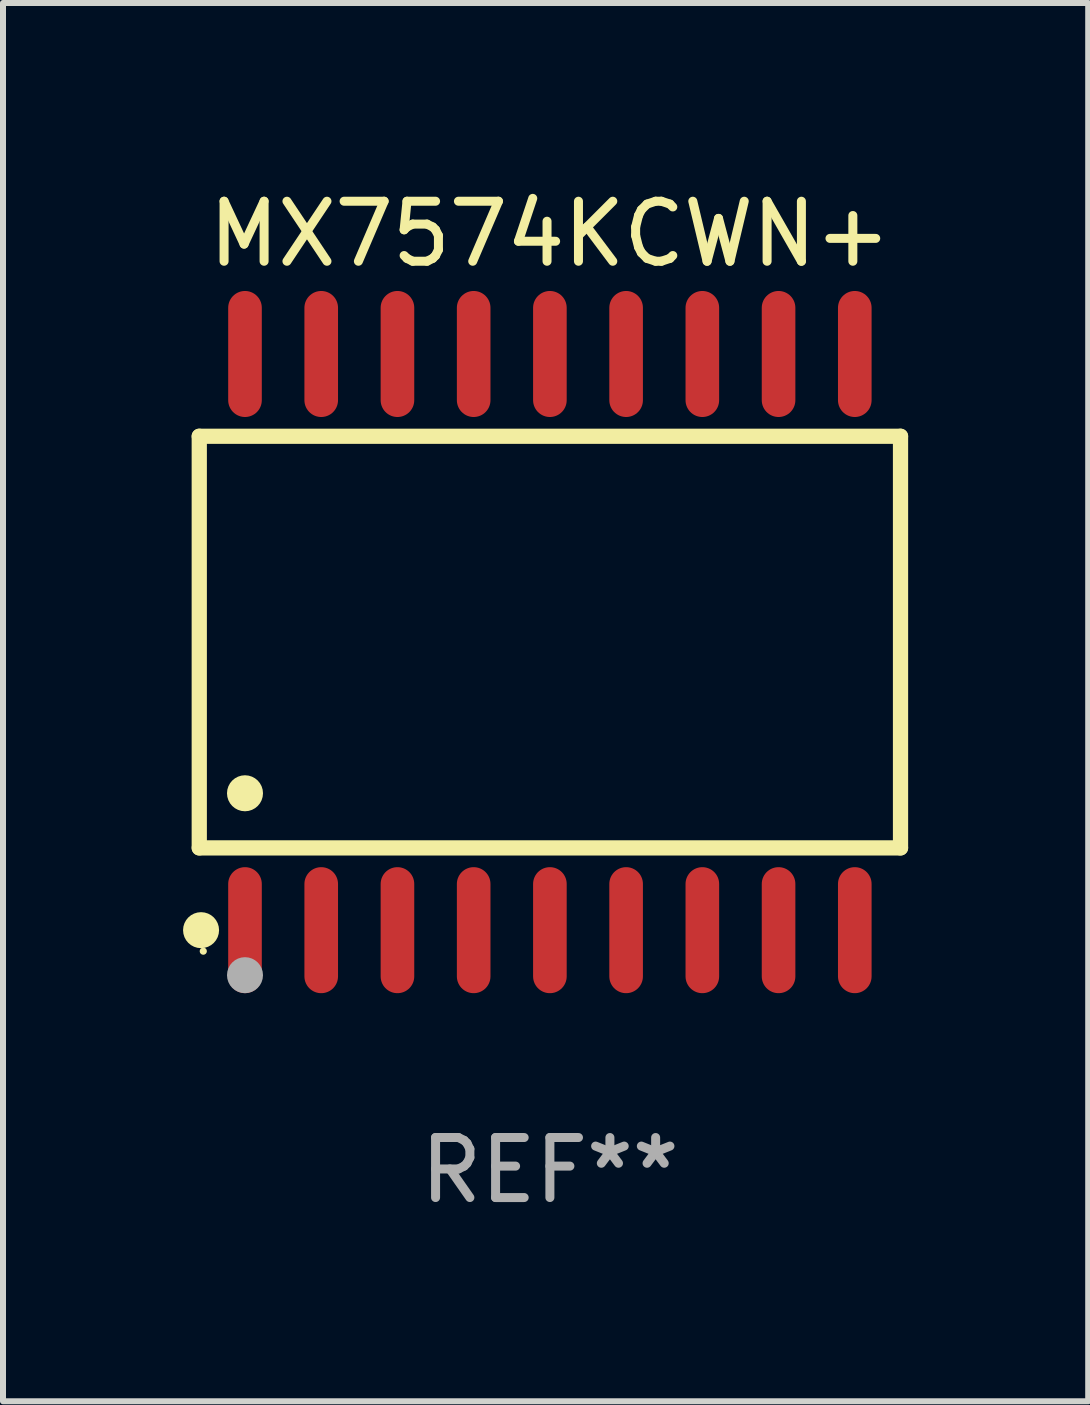
<source format=kicad_pcb>
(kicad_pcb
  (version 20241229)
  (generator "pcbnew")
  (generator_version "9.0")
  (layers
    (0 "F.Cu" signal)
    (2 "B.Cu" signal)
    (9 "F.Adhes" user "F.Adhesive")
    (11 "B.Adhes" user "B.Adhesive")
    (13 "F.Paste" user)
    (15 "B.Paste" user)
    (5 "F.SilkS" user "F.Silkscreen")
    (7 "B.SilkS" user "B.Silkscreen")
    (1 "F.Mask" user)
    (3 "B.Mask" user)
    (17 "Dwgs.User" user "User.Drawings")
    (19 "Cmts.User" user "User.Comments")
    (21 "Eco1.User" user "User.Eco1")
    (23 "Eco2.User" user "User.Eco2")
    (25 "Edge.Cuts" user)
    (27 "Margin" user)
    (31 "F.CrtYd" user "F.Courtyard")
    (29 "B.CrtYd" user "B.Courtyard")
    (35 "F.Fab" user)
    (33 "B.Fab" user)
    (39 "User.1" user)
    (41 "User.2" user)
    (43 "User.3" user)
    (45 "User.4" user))
  (footprint "MX7574KCWN+"
    (layer "F.Cu")
    (at 6.112 7.648)
    (property "Reference" "MX7574KCWN+" (at 0 -6.8 0) (layer "F.SilkS") (effects (font (size 1 1) (thickness 0.15))))
    (attr through_hole)
    (fp_line (start -5.842 -3.429) (end -5.842 3.429) (stroke (width 0.254) (type solid)) (layer "F.SilkS"))
    (fp_line (start -5.842 3.429) (end 5.842 3.429) (stroke (width 0.254) (type solid)) (layer "F.SilkS"))
    (fp_line (start 5.842 -3.429) (end -5.842 -3.429) (stroke (width 0.254) (type solid)) (layer "F.SilkS"))
    (fp_line (start 5.842 3.429) (end 5.842 -3.429) (stroke (width 0.254) (type solid)) (layer "F.SilkS"))
    (fp_circle (center -5.812 4.8) (end -5.662 4.8) (stroke (width 0.3) (type solid)) (fill no) (layer "F.SilkS"))
    (fp_circle (center -5.775 5.15) (end -5.745 5.15) (stroke (width 0.06) (type solid)) (fill no) (layer "F.SilkS"))
    (fp_circle (center -5.08 2.519) (end -4.93 2.519) (stroke (width 0.3) (type solid)) (fill no) (layer "F.SilkS"))
    (fp_circle (center -5.08 5.55) (end -4.93 5.55) (stroke (width 0.3) (type solid)) (fill no) (layer "F.Fab"))
    (fp_text user "REF**" (at 0 8.8 0) (layer "F.Fab") (effects (font (size 1 1) (thickness 0.15))))
    (pad "1" smd oval (at -5.08 4.8) (size 0.56 2.1) (layers "F.Cu" "F.Mask" "F.Paste"))
    (pad "2" smd oval (at -3.81 4.8) (size 0.56 2.1) (layers "F.Cu" "F.Mask" "F.Paste"))
    (pad "3" smd oval (at -2.54 4.8) (size 0.56 2.1) (layers "F.Cu" "F.Mask" "F.Paste"))
    (pad "4" smd oval (at -1.27 4.8) (size 0.56 2.1) (layers "F.Cu" "F.Mask" "F.Paste"))
    (pad "5" smd oval (at 0 4.8) (size 0.56 2.1) (layers "F.Cu" "F.Mask" "F.Paste"))
    (pad "6" smd oval (at 1.27 4.8) (size 0.56 2.1) (layers "F.Cu" "F.Mask" "F.Paste"))
    (pad "7" smd oval (at 2.54 4.8) (size 0.56 2.1) (layers "F.Cu" "F.Mask" "F.Paste"))
    (pad "8" smd oval (at 3.81 4.8) (size 0.56 2.1) (layers "F.Cu" "F.Mask" "F.Paste"))
    (pad "9" smd oval (at 5.08 4.8) (size 0.56 2.1) (layers "F.Cu" "F.Mask" "F.Paste"))
    (pad "10" smd oval (at 5.08 -4.8) (size 0.56 2.1) (layers "F.Cu" "F.Mask" "F.Paste"))
    (pad "11" smd oval (at 3.81 -4.8) (size 0.56 2.1) (layers "F.Cu" "F.Mask" "F.Paste"))
    (pad "12" smd oval (at 2.54 -4.8) (size 0.56 2.1) (layers "F.Cu" "F.Mask" "F.Paste"))
    (pad "13" smd oval (at 1.27 -4.8) (size 0.56 2.1) (layers "F.Cu" "F.Mask" "F.Paste"))
    (pad "14" smd oval (at 0 -4.8) (size 0.56 2.1) (layers "F.Cu" "F.Mask" "F.Paste"))
    (pad "15" smd oval (at -1.27 -4.8) (size 0.56 2.1) (layers "F.Cu" "F.Mask" "F.Paste"))
    (pad "16" smd oval (at -2.54 -4.8) (size 0.56 2.1) (layers "F.Cu" "F.Mask" "F.Paste"))
    (pad "17" smd oval (at -3.81 -4.8) (size 0.56 2.1) (layers "F.Cu" "F.Mask" "F.Paste"))
    (pad "18" smd oval (at -5.08 -4.8) (size 0.56 2.1) (layers "F.Cu" "F.Mask" "F.Paste")))
  (gr_rect
    (start -3 -3)
    (end 15.081 20.297)
    (stroke (width 0.1) (type default))
    (fill no)
    (layer "Edge.Cuts")))
</source>
